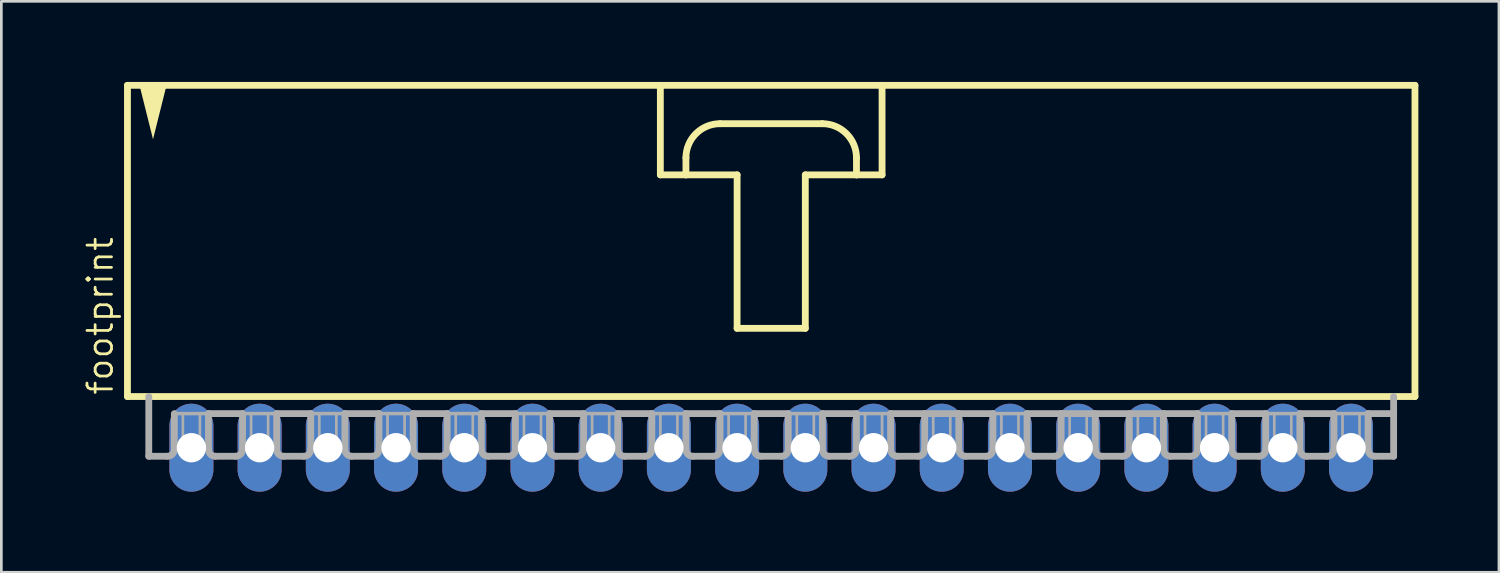
<source format=kicad_pcb>
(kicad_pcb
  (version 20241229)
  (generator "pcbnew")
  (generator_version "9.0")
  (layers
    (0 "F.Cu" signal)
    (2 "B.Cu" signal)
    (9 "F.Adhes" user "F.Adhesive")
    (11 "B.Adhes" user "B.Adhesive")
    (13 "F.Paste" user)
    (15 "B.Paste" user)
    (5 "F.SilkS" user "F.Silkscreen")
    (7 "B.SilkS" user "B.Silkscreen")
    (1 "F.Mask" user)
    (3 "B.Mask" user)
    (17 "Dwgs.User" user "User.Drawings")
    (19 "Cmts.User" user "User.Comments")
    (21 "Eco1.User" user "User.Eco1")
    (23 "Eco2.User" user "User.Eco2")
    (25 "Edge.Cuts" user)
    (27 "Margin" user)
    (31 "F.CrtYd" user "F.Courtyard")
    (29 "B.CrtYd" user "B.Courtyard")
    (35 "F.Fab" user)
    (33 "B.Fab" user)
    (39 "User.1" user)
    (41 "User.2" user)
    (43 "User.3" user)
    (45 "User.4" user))
  (footprint "footprint"
    (layer "F.Cu")
    (at 25.667 6.001)
    (property "Reference" "footprint" (at -24.448 5.715 90) (layer "F.SilkS") (effects (font (size 0.914 0.914) (thickness 0.102)) (justify left bottom)))
    (fp_line (start -23.971 -5.874) (end -23.971 5.715) (stroke (width 0.254) (type solid)) (layer "F.SilkS"))
    (fp_line (start -23.971 5.715) (end 23.971 5.715) (stroke (width 0.254) (type solid)) (layer "F.SilkS"))
    (fp_line (start -4.128 -5.874) (end -4.128 -2.54) (stroke (width 0.254) (type solid)) (layer "F.SilkS"))
    (fp_line (start -4.128 -2.54) (end -3.175 -2.54) (stroke (width 0.254) (type solid)) (layer "F.SilkS"))
    (fp_line (start -3.175 -2.54) (end -3.175 -3.175) (stroke (width 0.254) (type solid)) (layer "F.SilkS"))
    (fp_line (start -3.175 -2.54) (end -1.27 -2.54) (stroke (width 0.254) (type solid)) (layer "F.SilkS"))
    (fp_line (start -1.905 -4.445) (end 1.905 -4.445) (stroke (width 0.254) (type solid)) (layer "F.SilkS"))
    (fp_line (start -1.27 -2.54) (end -1.27 3.175) (stroke (width 0.254) (type solid)) (layer "F.SilkS"))
    (fp_line (start -1.27 3.175) (end 1.27 3.175) (stroke (width 0.254) (type solid)) (layer "F.SilkS"))
    (fp_line (start 1.27 -2.54) (end 3.175 -2.54) (stroke (width 0.254) (type solid)) (layer "F.SilkS"))
    (fp_line (start 1.27 3.175) (end 1.27 -2.54) (stroke (width 0.254) (type solid)) (layer "F.SilkS"))
    (fp_line (start 3.175 -3.175) (end 3.175 -2.54) (stroke (width 0.254) (type solid)) (layer "F.SilkS"))
    (fp_line (start 3.175 -2.54) (end 4.128 -2.54) (stroke (width 0.254) (type solid)) (layer "F.SilkS"))
    (fp_line (start 4.128 -5.874) (end -23.971 -5.874) (stroke (width 0.254) (type solid)) (layer "F.SilkS"))
    (fp_line (start 4.128 -2.54) (end 4.128 -5.874) (stroke (width 0.254) (type solid)) (layer "F.SilkS"))
    (fp_line (start 23.971 -5.874) (end 4.128 -5.874) (stroke (width 0.254) (type solid)) (layer "F.SilkS"))
    (fp_line (start 23.971 5.715) (end 23.971 -5.874) (stroke (width 0.254) (type solid)) (layer "F.SilkS"))
    (fp_arc (start -3.175 -3.175) (mid -2.803026 -4.073026) (end -1.905 -4.445) (stroke (width 0.254) (type solid)) (layer "F.SilkS"))
    (fp_arc (start 1.905 -4.445) (mid 2.803026 -4.073026) (end 3.175 -3.175) (stroke (width 0.254) (type solid)) (layer "F.SilkS"))
    (fp_poly (pts (xy -23.019 -3.864) (xy -23.528 -5.899) (xy -22.51 -5.899)) (stroke (width 0) (type solid)) (fill yes) (layer "F.SilkS"))
    (fp_line (start -23.177 5.715) (end -23.177 7.938) (stroke (width 0.254) (type solid)) (layer "F.Fab"))
    (fp_line (start -22.479 7.938) (end -23.177 7.938) (stroke (width 0.254) (type solid)) (layer "F.Fab"))
    (fp_line (start -22.225 6.35) (end -22.225 7.684) (stroke (width 0.254) (type solid)) (layer "F.Fab"))
    (fp_line (start -22.225 6.35) (end -20.955 6.35) (stroke (width 0.127) (type solid)) (layer "F.Fab"))
    (fp_line (start -20.955 6.35) (end -20.955 7.684) (stroke (width 0.254) (type solid)) (layer "F.Fab"))
    (fp_line (start -20.955 6.35) (end -19.685 6.35) (stroke (width 0.254) (type solid)) (layer "F.Fab"))
    (fp_line (start -19.939 7.938) (end -20.701 7.938) (stroke (width 0.254) (type solid)) (layer "F.Fab"))
    (fp_line (start -19.685 6.35) (end -19.685 7.684) (stroke (width 0.254) (type solid)) (layer "F.Fab"))
    (fp_line (start -19.685 6.35) (end -18.415 6.35) (stroke (width 0.127) (type solid)) (layer "F.Fab"))
    (fp_line (start -18.415 6.35) (end -18.415 7.684) (stroke (width 0.254) (type solid)) (layer "F.Fab"))
    (fp_line (start -18.415 6.35) (end -17.145 6.35) (stroke (width 0.254) (type solid)) (layer "F.Fab"))
    (fp_line (start -17.399 7.938) (end -18.161 7.938) (stroke (width 0.254) (type solid)) (layer "F.Fab"))
    (fp_line (start -17.145 6.35) (end -17.145 7.684) (stroke (width 0.254) (type solid)) (layer "F.Fab"))
    (fp_line (start -17.145 6.35) (end -15.875 6.35) (stroke (width 0.127) (type solid)) (layer "F.Fab"))
    (fp_line (start -15.875 6.35) (end -15.875 7.684) (stroke (width 0.254) (type solid)) (layer "F.Fab"))
    (fp_line (start -15.875 6.35) (end -14.605 6.35) (stroke (width 0.254) (type solid)) (layer "F.Fab"))
    (fp_line (start -14.859 7.938) (end -15.621 7.938) (stroke (width 0.254) (type solid)) (layer "F.Fab"))
    (fp_line (start -14.605 6.35) (end -14.605 7.684) (stroke (width 0.254) (type solid)) (layer "F.Fab"))
    (fp_line (start -14.605 6.35) (end -13.335 6.35) (stroke (width 0.127) (type solid)) (layer "F.Fab"))
    (fp_line (start -13.335 6.35) (end -13.335 7.684) (stroke (width 0.254) (type solid)) (layer "F.Fab"))
    (fp_line (start -13.335 6.35) (end -12.065 6.35) (stroke (width 0.254) (type solid)) (layer "F.Fab"))
    (fp_line (start -12.319 7.938) (end -13.081 7.938) (stroke (width 0.254) (type solid)) (layer "F.Fab"))
    (fp_line (start -12.065 6.35) (end -12.065 7.684) (stroke (width 0.254) (type solid)) (layer "F.Fab"))
    (fp_line (start -12.065 6.35) (end -10.795 6.35) (stroke (width 0.127) (type solid)) (layer "F.Fab"))
    (fp_line (start -10.795 6.35) (end -10.795 7.684) (stroke (width 0.254) (type solid)) (layer "F.Fab"))
    (fp_line (start -10.795 6.35) (end -9.525 6.35) (stroke (width 0.254) (type solid)) (layer "F.Fab"))
    (fp_line (start -9.779 7.938) (end -10.541 7.938) (stroke (width 0.254) (type solid)) (layer "F.Fab"))
    (fp_line (start -9.525 6.35) (end -9.525 7.684) (stroke (width 0.254) (type solid)) (layer "F.Fab"))
    (fp_line (start -9.525 6.35) (end -8.255 6.35) (stroke (width 0.127) (type solid)) (layer "F.Fab"))
    (fp_line (start -8.255 6.35) (end -8.255 7.684) (stroke (width 0.254) (type solid)) (layer "F.Fab"))
    (fp_line (start -8.255 6.35) (end -6.985 6.35) (stroke (width 0.254) (type solid)) (layer "F.Fab"))
    (fp_line (start -7.239 7.938) (end -8.001 7.938) (stroke (width 0.254) (type solid)) (layer "F.Fab"))
    (fp_line (start -6.985 6.35) (end -6.985 7.684) (stroke (width 0.254) (type solid)) (layer "F.Fab"))
    (fp_line (start -6.985 6.35) (end -5.715 6.35) (stroke (width 0.127) (type solid)) (layer "F.Fab"))
    (fp_line (start -5.715 6.35) (end -5.715 7.684) (stroke (width 0.254) (type solid)) (layer "F.Fab"))
    (fp_line (start -5.715 6.35) (end -4.445 6.35) (stroke (width 0.254) (type solid)) (layer "F.Fab"))
    (fp_line (start -4.699 7.938) (end -5.461 7.938) (stroke (width 0.254) (type solid)) (layer "F.Fab"))
    (fp_line (start -4.445 6.35) (end -4.445 7.684) (stroke (width 0.254) (type solid)) (layer "F.Fab"))
    (fp_line (start -4.445 6.35) (end -3.175 6.35) (stroke (width 0.127) (type solid)) (layer "F.Fab"))
    (fp_line (start -3.175 6.35) (end -3.175 7.684) (stroke (width 0.254) (type solid)) (layer "F.Fab"))
    (fp_line (start -3.175 6.35) (end -1.905 6.35) (stroke (width 0.254) (type solid)) (layer "F.Fab"))
    (fp_line (start -2.159 7.938) (end -2.921 7.938) (stroke (width 0.254) (type solid)) (layer "F.Fab"))
    (fp_line (start -1.905 6.35) (end -1.905 7.684) (stroke (width 0.254) (type solid)) (layer "F.Fab"))
    (fp_line (start -1.905 6.35) (end -0.635 6.35) (stroke (width 0.127) (type solid)) (layer "F.Fab"))
    (fp_line (start -0.635 6.35) (end -0.635 7.684) (stroke (width 0.254) (type solid)) (layer "F.Fab"))
    (fp_line (start -0.635 6.35) (end 0.635 6.35) (stroke (width 0.254) (type solid)) (layer "F.Fab"))
    (fp_line (start 0.381 7.938) (end -0.381 7.938) (stroke (width 0.254) (type solid)) (layer "F.Fab"))
    (fp_line (start 0.635 6.35) (end 0.635 7.684) (stroke (width 0.254) (type solid)) (layer "F.Fab"))
    (fp_line (start 0.635 6.35) (end 1.905 6.35) (stroke (width 0.127) (type solid)) (layer "F.Fab"))
    (fp_line (start 1.905 6.35) (end 1.905 7.684) (stroke (width 0.254) (type solid)) (layer "F.Fab"))
    (fp_line (start 1.905 6.35) (end 3.175 6.35) (stroke (width 0.254) (type solid)) (layer "F.Fab"))
    (fp_line (start 2.921 7.938) (end 2.159 7.938) (stroke (width 0.254) (type solid)) (layer "F.Fab"))
    (fp_line (start 3.175 6.35) (end 3.175 7.684) (stroke (width 0.254) (type solid)) (layer "F.Fab"))
    (fp_line (start 3.175 6.35) (end 4.445 6.35) (stroke (width 0.127) (type solid)) (layer "F.Fab"))
    (fp_line (start 4.445 6.35) (end 4.445 7.684) (stroke (width 0.254) (type solid)) (layer "F.Fab"))
    (fp_line (start 4.445 6.35) (end 5.715 6.35) (stroke (width 0.254) (type solid)) (layer "F.Fab"))
    (fp_line (start 5.461 7.938) (end 4.699 7.938) (stroke (width 0.254) (type solid)) (layer "F.Fab"))
    (fp_line (start 5.715 6.35) (end 5.715 7.684) (stroke (width 0.254) (type solid)) (layer "F.Fab"))
    (fp_line (start 5.715 6.35) (end 6.985 6.35) (stroke (width 0.254) (type solid)) (layer "F.Fab"))
    (fp_line (start 6.985 6.35) (end 6.985 7.684) (stroke (width 0.254) (type solid)) (layer "F.Fab"))
    (fp_line (start 6.985 6.35) (end 8.255 6.35) (stroke (width 0.254) (type solid)) (layer "F.Fab"))
    (fp_line (start 8.001 7.938) (end 7.239 7.938) (stroke (width 0.254) (type solid)) (layer "F.Fab"))
    (fp_line (start 8.255 6.35) (end 8.255 7.684) (stroke (width 0.254) (type solid)) (layer "F.Fab"))
    (fp_line (start 8.255 6.35) (end 9.525 6.35) (stroke (width 0.127) (type solid)) (layer "F.Fab"))
    (fp_line (start 9.525 6.35) (end 9.525 7.684) (stroke (width 0.254) (type solid)) (layer "F.Fab"))
    (fp_line (start 9.525 6.35) (end 10.795 6.35) (stroke (width 0.254) (type solid)) (layer "F.Fab"))
    (fp_line (start 10.541 7.938) (end 9.779 7.938) (stroke (width 0.254) (type solid)) (layer "F.Fab"))
    (fp_line (start 10.795 6.35) (end 10.795 7.684) (stroke (width 0.254) (type solid)) (layer "F.Fab"))
    (fp_line (start 10.795 6.35) (end 14.605 6.35) (stroke (width 0.254) (type solid)) (layer "F.Fab"))
    (fp_line (start 12.065 6.35) (end 12.065 7.684) (stroke (width 0.254) (type solid)) (layer "F.Fab"))
    (fp_line (start 13.081 7.938) (end 12.319 7.938) (stroke (width 0.254) (type solid)) (layer "F.Fab"))
    (fp_line (start 13.335 6.35) (end 13.335 7.684) (stroke (width 0.254) (type solid)) (layer "F.Fab"))
    (fp_line (start 14.605 6.35) (end 14.605 7.684) (stroke (width 0.254) (type solid)) (layer "F.Fab"))
    (fp_line (start 14.605 6.35) (end 15.875 6.35) (stroke (width 0.254) (type solid)) (layer "F.Fab"))
    (fp_line (start 14.859 7.938) (end 15.621 7.938) (stroke (width 0.254) (type solid)) (layer "F.Fab"))
    (fp_line (start 15.875 6.35) (end 17.145 6.35) (stroke (width 0.127) (type solid)) (layer "F.Fab"))
    (fp_line (start 15.875 7.684) (end 15.875 6.35) (stroke (width 0.254) (type solid)) (layer "F.Fab"))
    (fp_line (start 17.145 6.35) (end 17.145 7.684) (stroke (width 0.254) (type solid)) (layer "F.Fab"))
    (fp_line (start 17.145 6.35) (end 18.415 6.35) (stroke (width 0.254) (type solid)) (layer "F.Fab"))
    (fp_line (start 17.399 7.938) (end 18.161 7.938) (stroke (width 0.254) (type solid)) (layer "F.Fab"))
    (fp_line (start 18.415 6.35) (end 19.685 6.35) (stroke (width 0.127) (type solid)) (layer "F.Fab"))
    (fp_line (start 18.415 7.684) (end 18.415 6.35) (stroke (width 0.254) (type solid)) (layer "F.Fab"))
    (fp_line (start 19.685 6.35) (end 19.685 7.684) (stroke (width 0.254) (type solid)) (layer "F.Fab"))
    (fp_line (start 19.685 6.35) (end 20.955 6.35) (stroke (width 0.254) (type solid)) (layer "F.Fab"))
    (fp_line (start 19.939 7.938) (end 20.701 7.938) (stroke (width 0.254) (type solid)) (layer "F.Fab"))
    (fp_line (start 20.955 6.35) (end 22.225 6.35) (stroke (width 0.127) (type solid)) (layer "F.Fab"))
    (fp_line (start 20.955 7.684) (end 20.955 6.35) (stroke (width 0.254) (type solid)) (layer "F.Fab"))
    (fp_line (start 22.225 6.35) (end 22.225 7.684) (stroke (width 0.254) (type solid)) (layer "F.Fab"))
    (fp_line (start 22.225 6.35) (end 23.177 6.35) (stroke (width 0.254) (type solid)) (layer "F.Fab"))
    (fp_line (start 22.479 7.938) (end 23.177 7.938) (stroke (width 0.254) (type solid)) (layer "F.Fab"))
    (fp_line (start 23.177 6.35) (end 23.177 5.715) (stroke (width 0.254) (type solid)) (layer "F.Fab"))
    (fp_line (start 23.177 7.938) (end 23.177 6.35) (stroke (width 0.254) (type solid)) (layer "F.Fab"))
    (fp_arc (start -22.225 7.6835) (mid -22.299395 7.863105) (end -22.479 7.9375) (stroke (width 0.254) (type solid)) (layer "F.Fab"))
    (fp_arc (start -20.701 7.9375) (mid -20.880605 7.863105) (end -20.955 7.6835) (stroke (width 0.254) (type solid)) (layer "F.Fab"))
    (fp_arc (start -19.685 7.6835) (mid -19.759395 7.863105) (end -19.939 7.9375) (stroke (width 0.254) (type solid)) (layer "F.Fab"))
    (fp_arc (start -18.161 7.9375) (mid -18.340605 7.863105) (end -18.415 7.6835) (stroke (width 0.254) (type solid)) (layer "F.Fab"))
    (fp_arc (start -17.145 7.6835) (mid -17.219395 7.863105) (end -17.399 7.9375) (stroke (width 0.254) (type solid)) (layer "F.Fab"))
    (fp_arc (start -15.621 7.9375) (mid -15.800605 7.863105) (end -15.875 7.6835) (stroke (width 0.254) (type solid)) (layer "F.Fab"))
    (fp_arc (start -14.605 7.6835) (mid -14.679395 7.863105) (end -14.859 7.9375) (stroke (width 0.254) (type solid)) (layer "F.Fab"))
    (fp_arc (start -13.081 7.9375) (mid -13.260605 7.863105) (end -13.335 7.6835) (stroke (width 0.254) (type solid)) (layer "F.Fab"))
    (fp_arc (start -12.065 7.6835) (mid -12.139395 7.863105) (end -12.319 7.9375) (stroke (width 0.254) (type solid)) (layer "F.Fab"))
    (fp_arc (start -10.541 7.9375) (mid -10.720605 7.863105) (end -10.795 7.6835) (stroke (width 0.254) (type solid)) (layer "F.Fab"))
    (fp_arc (start -9.525 7.6835) (mid -9.599395 7.863105) (end -9.779 7.9375) (stroke (width 0.254) (type solid)) (layer "F.Fab"))
    (fp_arc (start -8.001 7.9375) (mid -8.180605 7.863105) (end -8.255 7.6835) (stroke (width 0.254) (type solid)) (layer "F.Fab"))
    (fp_arc (start -6.985 7.6835) (mid -7.059395 7.863105) (end -7.239 7.9375) (stroke (width 0.254) (type solid)) (layer "F.Fab"))
    (fp_arc (start -5.461 7.9375) (mid -5.640605 7.863105) (end -5.715 7.6835) (stroke (width 0.254) (type solid)) (layer "F.Fab"))
    (fp_arc (start -4.445 7.6835) (mid -4.519395 7.863105) (end -4.699 7.9375) (stroke (width 0.254) (type solid)) (layer "F.Fab"))
    (fp_arc (start -2.921 7.9375) (mid -3.100605 7.863105) (end -3.175 7.6835) (stroke (width 0.254) (type solid)) (layer "F.Fab"))
    (fp_arc (start -1.905 7.6835) (mid -1.979395 7.863105) (end -2.159 7.9375) (stroke (width 0.254) (type solid)) (layer "F.Fab"))
    (fp_arc (start -0.381 7.9375) (mid -0.560605 7.863105) (end -0.635 7.6835) (stroke (width 0.254) (type solid)) (layer "F.Fab"))
    (fp_arc (start 0.635 7.6835) (mid 0.560605 7.863105) (end 0.381 7.9375) (stroke (width 0.254) (type solid)) (layer "F.Fab"))
    (fp_arc (start 2.159 7.9375) (mid 1.979395 7.863105) (end 1.905 7.6835) (stroke (width 0.254) (type solid)) (layer "F.Fab"))
    (fp_arc (start 3.175 7.6835) (mid 3.100605 7.863105) (end 2.921 7.9375) (stroke (width 0.254) (type solid)) (layer "F.Fab"))
    (fp_arc (start 4.699 7.9375) (mid 4.519395 7.863105) (end 4.445 7.6835) (stroke (width 0.254) (type solid)) (layer "F.Fab"))
    (fp_arc (start 5.715 7.6835) (mid 5.640605 7.863105) (end 5.461 7.9375) (stroke (width 0.254) (type solid)) (layer "F.Fab"))
    (fp_arc (start 7.239 7.9375) (mid 7.059395 7.863105) (end 6.985 7.6835) (stroke (width 0.254) (type solid)) (layer "F.Fab"))
    (fp_arc (start 8.255 7.6835) (mid 8.180605 7.863105) (end 8.001 7.9375) (stroke (width 0.254) (type solid)) (layer "F.Fab"))
    (fp_arc (start 9.779 7.9375) (mid 9.599395 7.863105) (end 9.525 7.6835) (stroke (width 0.254) (type solid)) (layer "F.Fab"))
    (fp_arc (start 10.795 7.6835) (mid 10.720605 7.863105) (end 10.541 7.9375) (stroke (width 0.254) (type solid)) (layer "F.Fab"))
    (fp_arc (start 12.319 7.9375) (mid 12.139395 7.863105) (end 12.065 7.6835) (stroke (width 0.254) (type solid)) (layer "F.Fab"))
    (fp_arc (start 13.335 7.6835) (mid 13.260605 7.863105) (end 13.081 7.9375) (stroke (width 0.254) (type solid)) (layer "F.Fab"))
    (fp_arc (start 14.859 7.9375) (mid 14.679395 7.863105) (end 14.605 7.6835) (stroke (width 0.254) (type solid)) (layer "F.Fab"))
    (fp_arc (start 15.875 7.6835) (mid 15.800605 7.863105) (end 15.621 7.9375) (stroke (width 0.254) (type solid)) (layer "F.Fab"))
    (fp_arc (start 17.399 7.9375) (mid 17.219395 7.863105) (end 17.145 7.6835) (stroke (width 0.254) (type solid)) (layer "F.Fab"))
    (fp_arc (start 18.415 7.6835) (mid 18.340605 7.863105) (end 18.161 7.9375) (stroke (width 0.254) (type solid)) (layer "F.Fab"))
    (fp_arc (start 19.939 7.9375) (mid 19.759395 7.863105) (end 19.685 7.6835) (stroke (width 0.254) (type solid)) (layer "F.Fab"))
    (fp_arc (start 20.955 7.6835) (mid 20.880605 7.863105) (end 20.701 7.9375) (stroke (width 0.254) (type solid)) (layer "F.Fab"))
    (fp_arc (start 22.479 7.9375) (mid 22.299395 7.863105) (end 22.225 7.6835) (stroke (width 0.254) (type solid)) (layer "F.Fab"))
    (fp_poly (pts (xy -21.907 7.62) (xy -21.273 7.62) (xy -21.273 6.35) (xy -21.907 6.35)) (stroke (width 0.1) (type solid)) (fill no) (layer "F.Fab"))
    (fp_poly (pts (xy -19.367 7.62) (xy -18.733 7.62) (xy -18.733 6.35) (xy -19.367 6.35)) (stroke (width 0.1) (type solid)) (fill no) (layer "F.Fab"))
    (fp_poly (pts (xy -16.828 7.62) (xy -16.192 7.62) (xy -16.192 6.35) (xy -16.828 6.35)) (stroke (width 0.1) (type solid)) (fill no) (layer "F.Fab"))
    (fp_poly (pts (xy -14.287 7.62) (xy -13.652 7.62) (xy -13.652 6.35) (xy -14.287 6.35)) (stroke (width 0.1) (type solid)) (fill no) (layer "F.Fab"))
    (fp_poly (pts (xy -11.748 7.62) (xy -11.113 7.62) (xy -11.113 6.35) (xy -11.748 6.35)) (stroke (width 0.1) (type solid)) (fill no) (layer "F.Fab"))
    (fp_poly (pts (xy -9.207 7.62) (xy -8.572 7.62) (xy -8.572 6.35) (xy -9.207 6.35)) (stroke (width 0.1) (type solid)) (fill no) (layer "F.Fab"))
    (fp_poly (pts (xy -6.668 7.62) (xy -6.032 7.62) (xy -6.032 6.35) (xy -6.668 6.35)) (stroke (width 0.1) (type solid)) (fill no) (layer "F.Fab"))
    (fp_poly (pts (xy -4.128 7.62) (xy -3.493 7.62) (xy -3.493 6.35) (xy -4.128 6.35)) (stroke (width 0.1) (type solid)) (fill no) (layer "F.Fab"))
    (fp_poly (pts (xy -1.587 7.62) (xy -0.953 7.62) (xy -0.953 6.35) (xy -1.587 6.35)) (stroke (width 0.1) (type solid)) (fill no) (layer "F.Fab"))
    (fp_poly (pts (xy 0.953 7.62) (xy 1.587 7.62) (xy 1.587 6.35) (xy 0.953 6.35)) (stroke (width 0.1) (type solid)) (fill no) (layer "F.Fab"))
    (fp_poly (pts (xy 3.493 7.62) (xy 4.128 7.62) (xy 4.128 6.35) (xy 3.493 6.35)) (stroke (width 0.1) (type solid)) (fill no) (layer "F.Fab"))
    (fp_poly (pts (xy 6.032 7.62) (xy 6.668 7.62) (xy 6.668 6.35) (xy 6.032 6.35)) (stroke (width 0.1) (type solid)) (fill no) (layer "F.Fab"))
    (fp_poly (pts (xy 8.572 7.62) (xy 9.207 7.62) (xy 9.207 6.35) (xy 8.572 6.35)) (stroke (width 0.1) (type solid)) (fill no) (layer "F.Fab"))
    (fp_poly (pts (xy 11.113 7.62) (xy 11.748 7.62) (xy 11.748 6.35) (xy 11.113 6.35)) (stroke (width 0.1) (type solid)) (fill no) (layer "F.Fab"))
    (fp_poly (pts (xy 13.652 7.62) (xy 14.287 7.62) (xy 14.287 6.35) (xy 13.652 6.35)) (stroke (width 0.1) (type solid)) (fill no) (layer "F.Fab"))
    (fp_poly (pts (xy 16.192 7.62) (xy 16.828 7.62) (xy 16.828 6.35) (xy 16.192 6.35)) (stroke (width 0.1) (type solid)) (fill no) (layer "F.Fab"))
    (fp_poly (pts (xy 18.733 7.62) (xy 19.367 7.62) (xy 19.367 6.35) (xy 18.733 6.35)) (stroke (width 0.1) (type solid)) (fill no) (layer "F.Fab"))
    (fp_poly (pts (xy 21.273 7.62) (xy 21.907 7.62) (xy 21.907 6.35) (xy 21.273 6.35)) (stroke (width 0.1) (type solid)) (fill no) (layer "F.Fab"))
    (pad "1" thru_hole oval (at -21.59 7.62 90) (size 3.277 1.638) (drill 1.092) (layers "*.Cu" "*.Mask"))
    (pad "2" thru_hole oval (at -19.05 7.62 90) (size 3.277 1.638) (drill 1.092) (layers "*.Cu" "*.Mask"))
    (pad "3" thru_hole oval (at -16.51 7.62 270) (size 3.277 1.638) (drill 1.092) (layers "*.Cu" "*.Mask"))
    (pad "4" thru_hole oval (at -13.97 7.62 270) (size 3.277 1.638) (drill 1.092) (layers "*.Cu" "*.Mask"))
    (pad "5" thru_hole oval (at -11.43 7.62 90) (size 3.277 1.638) (drill 1.092) (layers "*.Cu" "*.Mask"))
    (pad "6" thru_hole oval (at -8.89 7.62 90) (size 3.277 1.638) (drill 1.092) (layers "*.Cu" "*.Mask"))
    (pad "7" thru_hole oval (at -6.35 7.62 90) (size 3.277 1.638) (drill 1.092) (layers "*.Cu" "*.Mask"))
    (pad "8" thru_hole oval (at -3.81 7.62 90) (size 3.277 1.638) (drill 1.092) (layers "*.Cu" "*.Mask"))
    (pad "9" thru_hole oval (at -1.27 7.62 90) (size 3.277 1.638) (drill 1.092) (layers "*.Cu" "*.Mask"))
    (pad "10" thru_hole oval (at 1.27 7.62 90) (size 3.277 1.638) (drill 1.092) (layers "*.Cu" "*.Mask"))
    (pad "11" thru_hole oval (at 3.81 7.62 90) (size 3.277 1.638) (drill 1.092) (layers "*.Cu" "*.Mask"))
    (pad "12" thru_hole oval (at 6.35 7.62 90) (size 3.277 1.638) (drill 1.092) (layers "*.Cu" "*.Mask"))
    (pad "13" thru_hole oval (at 8.89 7.62 90) (size 3.277 1.638) (drill 1.092) (layers "*.Cu" "*.Mask"))
    (pad "14" thru_hole oval (at 11.43 7.62 90) (size 3.277 1.638) (drill 1.092) (layers "*.Cu" "*.Mask"))
    (pad "15" thru_hole oval (at 13.97 7.62 90) (size 3.277 1.638) (drill 1.092) (layers "*.Cu" "*.Mask"))
    (pad "16" thru_hole oval (at 16.51 7.62 90) (size 3.277 1.638) (drill 1.092) (layers "*.Cu" "*.Mask"))
    (pad "17" thru_hole oval (at 19.05 7.62 90) (size 3.277 1.638) (drill 1.092) (layers "*.Cu" "*.Mask"))
    (pad "18" thru_hole oval (at 21.59 7.62 90) (size 3.277 1.638) (drill 1.092) (layers "*.Cu" "*.Mask")))
  (gr_rect
    (start -3 -3)
    (end 52.765 18.259)
    (stroke (width 0.1) (type default))
    (fill no)
    (layer "Edge.Cuts")))
</source>
